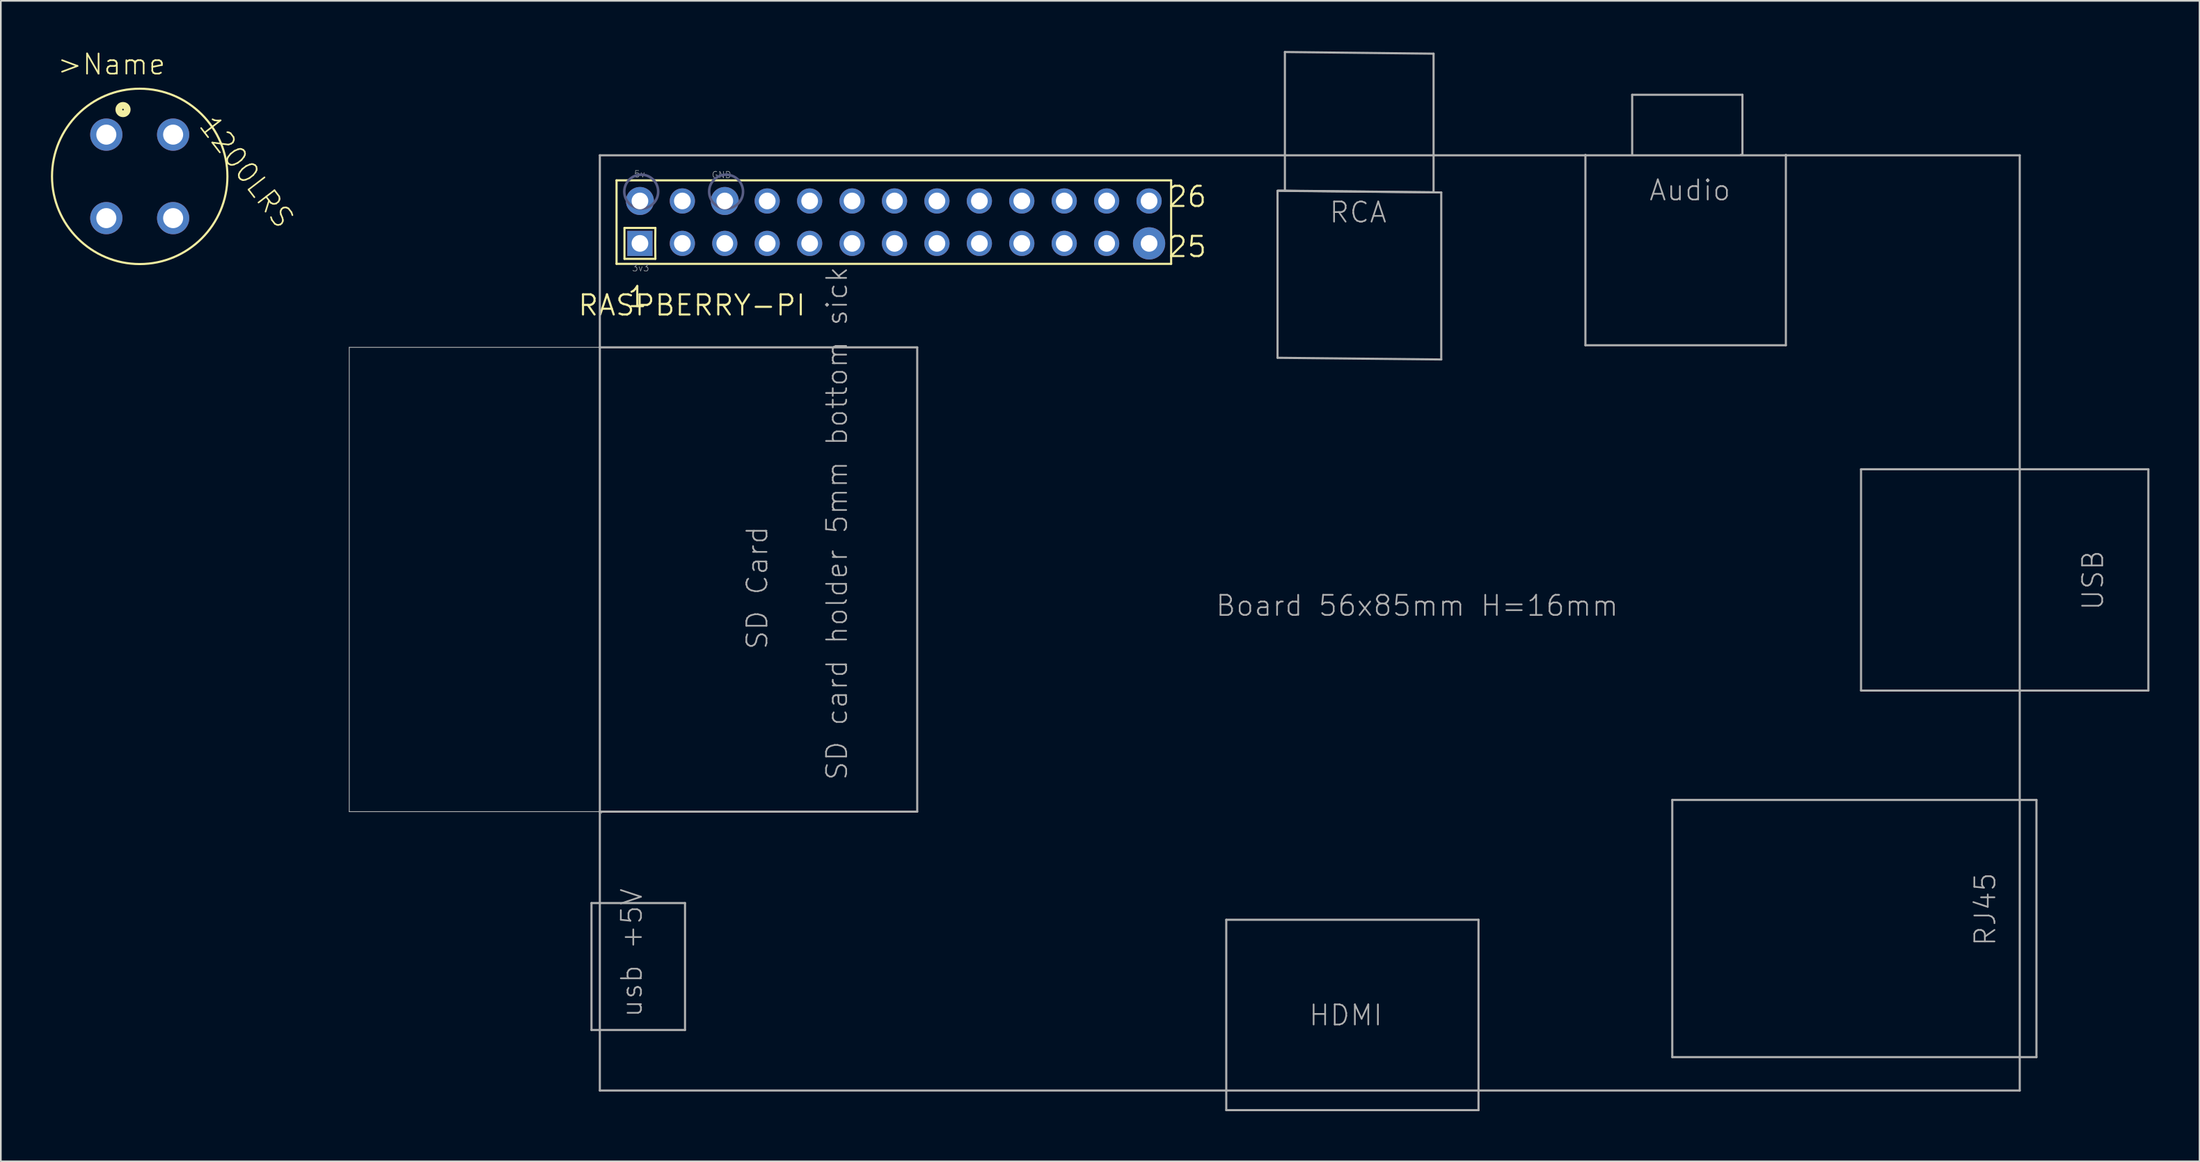
<source format=kicad_pcb>
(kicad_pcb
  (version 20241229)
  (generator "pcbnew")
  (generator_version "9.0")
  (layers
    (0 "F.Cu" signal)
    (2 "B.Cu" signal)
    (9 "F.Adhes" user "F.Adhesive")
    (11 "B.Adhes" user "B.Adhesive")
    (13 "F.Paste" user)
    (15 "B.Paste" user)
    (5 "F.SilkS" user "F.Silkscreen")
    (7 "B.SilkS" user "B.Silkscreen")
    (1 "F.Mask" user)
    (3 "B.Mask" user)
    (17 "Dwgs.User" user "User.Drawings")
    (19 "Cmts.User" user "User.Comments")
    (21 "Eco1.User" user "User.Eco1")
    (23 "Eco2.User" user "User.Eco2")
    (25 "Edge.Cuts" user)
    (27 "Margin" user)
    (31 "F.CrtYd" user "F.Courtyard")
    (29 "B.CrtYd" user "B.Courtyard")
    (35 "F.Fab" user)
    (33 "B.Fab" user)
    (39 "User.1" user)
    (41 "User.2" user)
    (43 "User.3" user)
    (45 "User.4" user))
  (footprint "1200LRS"
    (layer "F.Cu")
    (at 5.314 7.511)
    (property "Reference" "1200LRS" (at 6.392 -0.272 307.6) (layer "F.SilkS") (effects (font (size 1.206 1.206) (thickness 0.097))))
    (attr through_hole)
    (fp_circle (center -1 -4) (end -0.75 -4) (stroke (width 0.406) (type solid)) (fill no) (layer "F.SilkS"))
    (fp_circle (center 0 0) (end 5.25 0) (stroke (width 0.127) (type solid)) (fill no) (layer "F.SilkS"))
    (fp_text user ">Name" (at -5 -6 0) (layer "F.SilkS") (effects (font (size 1.206 1.206) (thickness 0.102)) (justify left bottom)))
    (pad "P1" thru_hole circle (at -2 -2.5) (size 1.93 1.93) (drill 1.2) (layers "*.Cu" "*.Mask"))
    (pad "P2" thru_hole circle (at -2 2.5) (size 1.93 1.93) (drill 1.2) (layers "*.Cu" "*.Mask"))
    (pad "P3" thru_hole circle (at 2 2.5) (size 1.93 1.93) (drill 1.2) (layers "*.Cu" "*.Mask"))
    (pad "P4" thru_hole circle (at 2 -2.5) (size 1.93 1.93) (drill 1.2) (layers "*.Cu" "*.Mask")))
  (footprint "RASPBERRY-PI"
    (layer "F.Cu")
    (at 35.258 11.524)
    (property "Reference" "RASPBERRY-PI" (at 10 3 0) (layer "F.SilkS") (effects (font (size 1.206 1.206) (thickness 0.127)) (justify right top)))
    (attr through_hole)
    (fp_line (start -1.4 -3.775) (end -1.4 1.225) (stroke (width 0.127) (type solid)) (layer "F.SilkS"))
    (fp_line (start -1.4 1.225) (end 31.8 1.225) (stroke (width 0.127) (type solid)) (layer "F.SilkS"))
    (fp_line (start -0.925 -0.925) (end 0.925 -0.925) (stroke (width 0.127) (type solid)) (layer "F.SilkS"))
    (fp_line (start -0.925 0.925) (end -0.925 -0.925) (stroke (width 0.127) (type solid)) (layer "F.SilkS"))
    (fp_line (start 0.925 0.925) (end -0.925 0.925) (stroke (width 0.127) (type solid)) (layer "F.SilkS"))
    (fp_line (start 31.8 -3.775) (end -1.4 -3.775) (stroke (width 0.127) (type solid)) (layer "F.SilkS"))
    (fp_line (start 31.8 1.225) (end 31.8 -3.775) (stroke (width 0.127) (type solid)) (layer "F.SilkS"))
    (fp_arc (start 0.925 0.925) (mid 0.917065 0) (end 0.925 -0.925) (stroke (width 0.127) (type solid)) (layer "F.SilkS"))
    (fp_circle (center 0.078 -3.1) (end 1.093 -3.1) (stroke (width 0.152) (type solid)) (fill no) (layer "B.Fab"))
    (fp_circle (center 5.158 -3.1) (end 6.173 -3.1) (stroke (width 0.152) (type solid)) (fill no) (layer "B.Fab"))
    (fp_line (start -17.4 6.225) (end -17.4 34.025) (stroke (width 0.05) (type solid)) (layer "F.Fab"))
    (fp_line (start -17.4 34.025) (end -2.3 34.025) (stroke (width 0.05) (type solid)) (layer "F.Fab"))
    (fp_line (start -2.9 39.5) (end 2.7 39.5) (stroke (width 0.127) (type solid)) (layer "F.Fab"))
    (fp_line (start -2.9 47.1) (end -2.9 39.5) (stroke (width 0.127) (type solid)) (layer "F.Fab"))
    (fp_line (start -2.4 -5.275) (end -2.4 6.225) (stroke (width 0.127) (type solid)) (layer "F.Fab"))
    (fp_line (start -2.4 6.225) (end -17.4 6.225) (stroke (width 0.05) (type solid)) (layer "F.Fab"))
    (fp_line (start -2.4 6.225) (end 16.6 6.225) (stroke (width 0.127) (type solid)) (layer "F.Fab"))
    (fp_line (start -2.4 34.025) (end -2.4 6.225) (stroke (width 0.127) (type solid)) (layer "F.Fab"))
    (fp_line (start -2.4 34.025) (end -2.4 50.725) (stroke (width 0.127) (type solid)) (layer "F.Fab"))
    (fp_line (start -2.4 50.725) (end 82.6 50.725) (stroke (width 0.127) (type solid)) (layer "F.Fab"))
    (fp_line (start -2.3 34.025) (end -2.3 34.125) (stroke (width 0.05) (type solid)) (layer "F.Fab"))
    (fp_line (start 2.7 39.5) (end 2.7 47.1) (stroke (width 0.127) (type solid)) (layer "F.Fab"))
    (fp_line (start 2.7 47.1) (end -2.9 47.1) (stroke (width 0.127) (type solid)) (layer "F.Fab"))
    (fp_line (start 16.6 6.225) (end 16.6 34.025) (stroke (width 0.127) (type solid)) (layer "F.Fab"))
    (fp_line (start 16.6 34.025) (end -2.4 34.025) (stroke (width 0.127) (type solid)) (layer "F.Fab"))
    (fp_line (start 35.1 40.5) (end 35.1 51.9) (stroke (width 0.127) (type solid)) (layer "F.Fab"))
    (fp_line (start 35.1 51.9) (end 50.2 51.9) (stroke (width 0.127) (type solid)) (layer "F.Fab"))
    (fp_line (start 38.17 -3.15) (end 38.17 6.85) (stroke (width 0.127) (type solid)) (layer "F.Fab"))
    (fp_line (start 38.17 6.85) (end 47.97 6.95) (stroke (width 0.127) (type solid)) (layer "F.Fab"))
    (fp_line (start 38.61 -11.46) (end 47.51 -11.36) (stroke (width 0.127) (type solid)) (layer "F.Fab"))
    (fp_line (start 38.61 -3.16) (end 38.61 -11.46) (stroke (width 0.127) (type solid)) (layer "F.Fab"))
    (fp_line (start 47.51 -11.36) (end 47.51 -3.06) (stroke (width 0.127) (type solid)) (layer "F.Fab"))
    (fp_line (start 47.51 -3.06) (end 38.22 -3.16) (stroke (width 0.127) (type solid)) (layer "F.Fab"))
    (fp_line (start 47.97 -3.05) (end 38.17 -3.15) (stroke (width 0.127) (type solid)) (layer "F.Fab"))
    (fp_line (start 47.97 6.95) (end 47.97 -3.05) (stroke (width 0.127) (type solid)) (layer "F.Fab"))
    (fp_line (start 50.2 40.5) (end 35.1 40.5) (stroke (width 0.127) (type solid)) (layer "F.Fab"))
    (fp_line (start 50.2 51.9) (end 50.2 40.5) (stroke (width 0.127) (type solid)) (layer "F.Fab"))
    (fp_line (start 56.6 6.1) (end 56.6 -5.3) (stroke (width 0.127) (type solid)) (layer "F.Fab"))
    (fp_line (start 59.4 -8.9) (end 59.4 -5.3) (stroke (width 0.127) (type solid)) (layer "F.Fab"))
    (fp_line (start 61.8 33.325) (end 61.8 48.725) (stroke (width 0.127) (type solid)) (layer "F.Fab"))
    (fp_line (start 61.8 48.725) (end 83.6 48.725) (stroke (width 0.127) (type solid)) (layer "F.Fab"))
    (fp_line (start 65.9 -5.3) (end 66 -5.3) (stroke (width 0.127) (type solid)) (layer "F.Fab"))
    (fp_line (start 66 -8.9) (end 59.4 -8.9) (stroke (width 0.127) (type solid)) (layer "F.Fab"))
    (fp_line (start 66 -5.3) (end 66 -8.9) (stroke (width 0.127) (type solid)) (layer "F.Fab"))
    (fp_line (start 68.6 -5.3) (end 68.6 6.1) (stroke (width 0.127) (type solid)) (layer "F.Fab"))
    (fp_line (start 68.6 6.1) (end 56.6 6.1) (stroke (width 0.127) (type solid)) (layer "F.Fab"))
    (fp_line (start 73.1 13.525) (end 90.3 13.525) (stroke (width 0.127) (type solid)) (layer "F.Fab"))
    (fp_line (start 73.1 26.775) (end 73.1 13.525) (stroke (width 0.127) (type solid)) (layer "F.Fab"))
    (fp_line (start 82.6 -5.275) (end -2.4 -5.275) (stroke (width 0.127) (type solid)) (layer "F.Fab"))
    (fp_line (start 82.6 50.725) (end 82.6 -5.275) (stroke (width 0.127) (type solid)) (layer "F.Fab"))
    (fp_line (start 83.6 33.325) (end 61.8 33.325) (stroke (width 0.127) (type solid)) (layer "F.Fab"))
    (fp_line (start 83.6 48.725) (end 83.6 33.325) (stroke (width 0.127) (type solid)) (layer "F.Fab"))
    (fp_line (start 90.3 13.525) (end 90.3 26.775) (stroke (width 0.127) (type solid)) (layer "F.Fab"))
    (fp_line (start 90.3 26.775) (end 73.1 26.775) (stroke (width 0.127) (type solid)) (layer "F.Fab"))
    (fp_text user "1" (at 0.5 2.5 0) (layer "F.SilkS") (effects (font (size 1.206 1.206) (thickness 0.127)) (justify right top)))
    (fp_text user "26" (at 34 -3.5 0) (layer "F.SilkS") (effects (font (size 1.206 1.206) (thickness 0.127)) (justify right top)))
    (fp_text user "25" (at 34 -0.5 0) (layer "F.SilkS") (effects (font (size 1.206 1.206) (thickness 0.127)) (justify right top)))
    (fp_text user "RJ45" (at 81.24 42.15 90) (layer "F.Fab") (effects (font (size 1.206 1.206) (thickness 0.102)) (justify left bottom)))
    (fp_text user "USB" (at 87.69 22.05 90) (layer "F.Fab") (effects (font (size 1.206 1.206) (thickness 0.102)) (justify left bottom)))
    (fp_text user "GND" (at 4.279 -3.879 0) (layer "F.Fab") (effects (font (size 0.386 0.386) (thickness 0.033)) (justify left bottom)))
    (fp_text user "HDMI" (at 39.975 46.925 0) (layer "F.Fab") (effects (font (size 1.206 1.206) (thickness 0.102)) (justify left bottom)))
    (fp_text user "RCA" (at 41.2 -1.15 0) (layer "F.Fab") (effects (font (size 1.206 1.206) (thickness 0.102)) (justify left bottom)))
    (fp_text user "SD card holder 5mm bottom sick" (at 12.5 32.225 90) (layer "F.Fab") (effects (font (size 1.206 1.206) (thickness 0.102)) (justify left bottom)))
    (fp_text user "SD Card " (at 7.729 24.396 90) (layer "F.Fab") (effects (font (size 1.206 1.206) (thickness 0.102)) (justify left bottom)))
    (fp_text user "Audio" (at 60.35 -2.475 0) (layer "F.Fab") (effects (font (size 1.206 1.206) (thickness 0.102)) (justify left bottom)))
    (fp_text user "3v3" (at -0.496 1.696 0) (layer "F.Fab") (effects (font (size 0.386 0.386) (thickness 0.033)) (justify left bottom)))
    (fp_text user "usb +5V" (at 0.215 46.425 90) (layer "F.Fab") (effects (font (size 1.206 1.206) (thickness 0.102)) (justify left bottom)))
    (fp_text user "Board 56x85mm H=16mm" (at 34.4 22.4 0) (layer "F.Fab") (effects (font (size 1.206 1.206) (thickness 0.102)) (justify left bottom)))
    (fp_text user "5v" (at -0.371 -3.929 0) (layer "F.Fab") (effects (font (size 0.386 0.386) (thickness 0.033)) (justify left bottom)))
    (pad "1" thru_hole rect (at 0 0) (size 1.508 1.508) (drill 1) (layers "*.Cu" "*.Mask"))
    (pad "2" thru_hole circle (at 0 -2.54) (size 1.676 1.676) (drill 1) (layers "*.Cu" "*.Mask"))
    (pad "3" thru_hole circle (at 2.54 0) (size 1.508 1.508) (drill 1) (layers "*.Cu" "*.Mask"))
    (pad "4" thru_hole circle (at 2.54 -2.54) (size 1.508 1.508) (drill 1) (layers "*.Cu" "*.Mask"))
    (pad "5" thru_hole circle (at 5.08 0) (size 1.508 1.508) (drill 1) (layers "*.Cu" "*.Mask"))
    (pad "6" thru_hole circle (at 5.08 -2.54) (size 1.676 1.676) (drill 1) (layers "*.Cu" "*.Mask"))
    (pad "7" thru_hole circle (at 7.62 0) (size 1.508 1.508) (drill 1) (layers "*.Cu" "*.Mask"))
    (pad "8" thru_hole circle (at 7.62 -2.54) (size 1.508 1.508) (drill 1) (layers "*.Cu" "*.Mask"))
    (pad "9" thru_hole circle (at 10.16 0) (size 1.508 1.508) (drill 1) (layers "*.Cu" "*.Mask"))
    (pad "10" thru_hole circle (at 10.16 -2.54) (size 1.508 1.508) (drill 1) (layers "*.Cu" "*.Mask"))
    (pad "11" thru_hole circle (at 12.7 0) (size 1.508 1.508) (drill 1) (layers "*.Cu" "*.Mask"))
    (pad "12" thru_hole circle (at 12.7 -2.54) (size 1.508 1.508) (drill 1) (layers "*.Cu" "*.Mask"))
    (pad "13" thru_hole circle (at 15.24 0) (size 1.508 1.508) (drill 1) (layers "*.Cu" "*.Mask"))
    (pad "14" thru_hole circle (at 15.24 -2.54) (size 1.508 1.508) (drill 1) (layers "*.Cu" "*.Mask"))
    (pad "15" thru_hole circle (at 17.78 0) (size 1.508 1.508) (drill 1) (layers "*.Cu" "*.Mask"))
    (pad "16" thru_hole circle (at 17.78 -2.54) (size 1.508 1.508) (drill 1) (layers "*.Cu" "*.Mask"))
    (pad "17" thru_hole circle (at 20.32 0) (size 1.508 1.508) (drill 1) (layers "*.Cu" "*.Mask"))
    (pad "18" thru_hole circle (at 20.32 -2.54) (size 1.508 1.508) (drill 1) (layers "*.Cu" "*.Mask"))
    (pad "19" thru_hole circle (at 22.86 0) (size 1.508 1.508) (drill 1) (layers "*.Cu" "*.Mask"))
    (pad "20" thru_hole circle (at 22.86 -2.54) (size 1.508 1.508) (drill 1) (layers "*.Cu" "*.Mask"))
    (pad "21" thru_hole circle (at 25.4 0) (size 1.508 1.508) (drill 1) (layers "*.Cu" "*.Mask"))
    (pad "22" thru_hole circle (at 25.4 -2.54) (size 1.508 1.508) (drill 1) (layers "*.Cu" "*.Mask"))
    (pad "23" thru_hole circle (at 27.94 0) (size 1.508 1.508) (drill 1) (layers "*.Cu" "*.Mask"))
    (pad "24" thru_hole circle (at 27.94 -2.54) (size 1.508 1.508) (drill 1) (layers "*.Cu" "*.Mask"))
    (pad "25" thru_hole circle (at 30.48 0) (size 1.93 1.93) (drill 1) (layers "*.Cu" "*.Mask"))
    (pad "26" thru_hole circle (at 30.48 -2.54) (size 1.508 1.508) (drill 1) (layers "*.Cu" "*.Mask")))
  (gr_rect
    (start -3 -3)
    (end 128.621 66.487)
    (stroke (width 0.1) (type default))
    (fill no)
    (layer "Edge.Cuts")))
</source>
